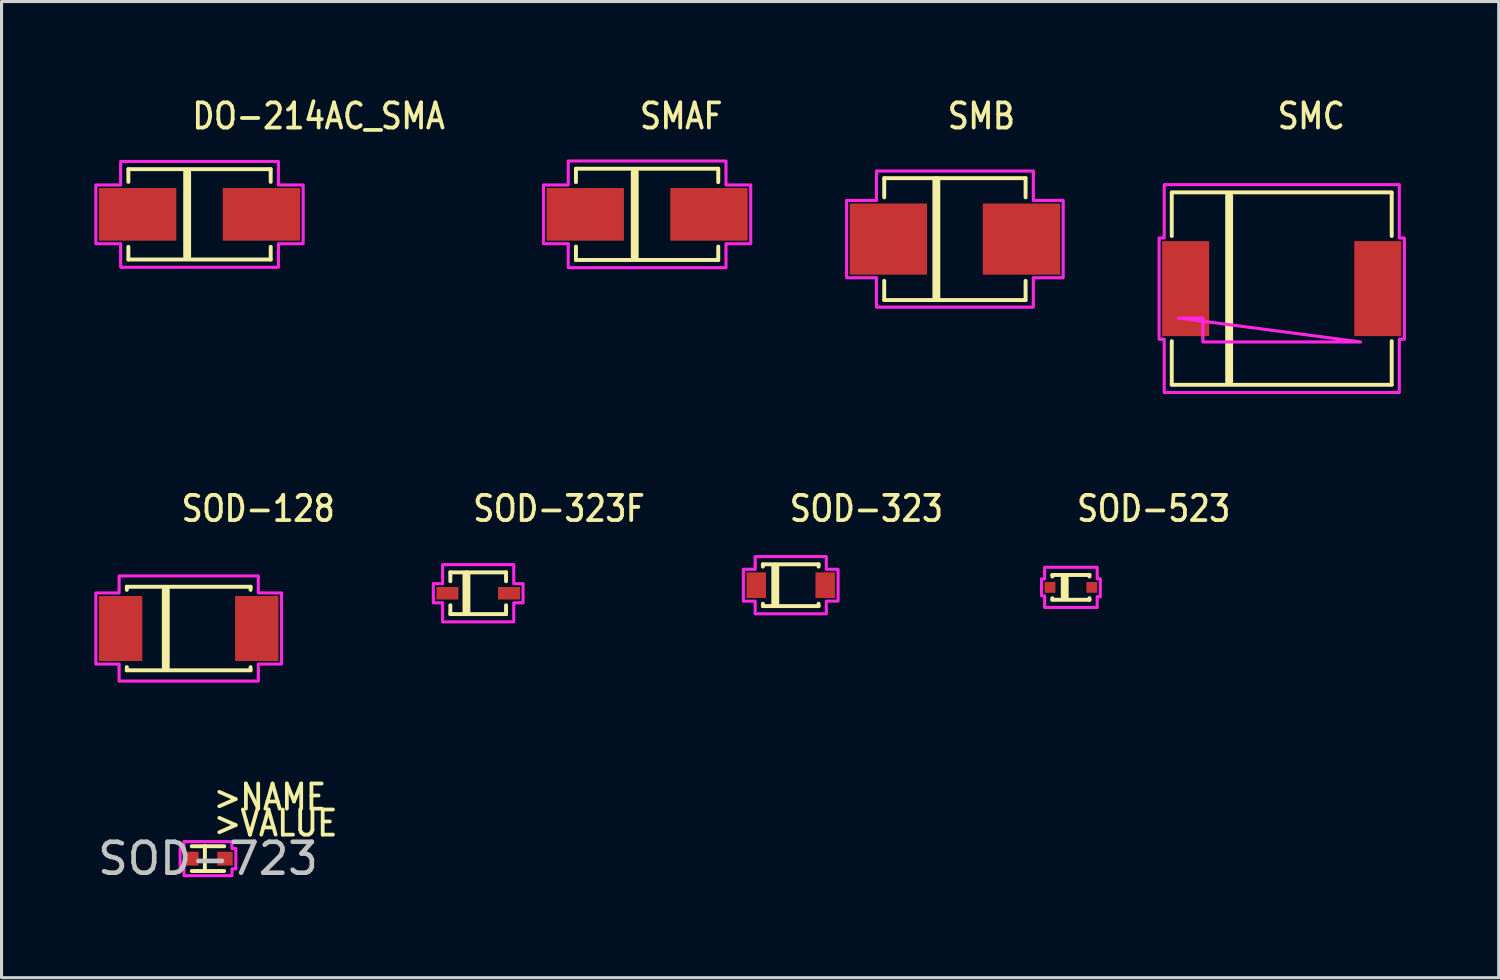
<source format=kicad_pcb>
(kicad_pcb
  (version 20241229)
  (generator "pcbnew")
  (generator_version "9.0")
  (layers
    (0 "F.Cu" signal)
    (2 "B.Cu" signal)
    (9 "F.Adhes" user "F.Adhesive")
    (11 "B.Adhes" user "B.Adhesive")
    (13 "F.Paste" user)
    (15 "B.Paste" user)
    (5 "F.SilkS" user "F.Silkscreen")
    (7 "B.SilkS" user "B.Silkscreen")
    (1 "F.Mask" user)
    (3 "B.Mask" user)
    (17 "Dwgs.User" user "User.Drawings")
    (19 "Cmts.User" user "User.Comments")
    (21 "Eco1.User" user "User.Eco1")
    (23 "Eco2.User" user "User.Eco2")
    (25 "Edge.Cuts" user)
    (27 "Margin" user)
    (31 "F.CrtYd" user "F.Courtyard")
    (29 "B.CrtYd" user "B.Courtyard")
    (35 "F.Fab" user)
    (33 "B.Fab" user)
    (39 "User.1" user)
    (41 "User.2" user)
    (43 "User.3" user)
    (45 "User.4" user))
  (footprint "SOD-523"
    (layer "F.Cu")
    (at 31.568 15.937)
    (property "Reference" "SOD-523" (at 0.13 -2.07 0) (unlocked yes) (layer "F.SilkS") (effects (font (size 0.813 0.695) (thickness 0.122)) (justify left bottom)))
    (fp_line (start -0.6 -0.4) (end -0.6 -0.35) (stroke (width 0.127) (type solid)) (layer "F.SilkS"))
    (fp_line (start -0.6 0.4) (end -0.6 0.35) (stroke (width 0.127) (type solid)) (layer "F.SilkS"))
    (fp_line (start -0.2 -0.3) (end -0.2 0.3) (stroke (width 0.254) (type solid)) (layer "F.SilkS"))
    (fp_line (start 0.6 -0.4) (end -0.6 -0.4) (stroke (width 0.127) (type solid)) (layer "F.SilkS"))
    (fp_line (start 0.6 -0.4) (end 0.6 -0.35) (stroke (width 0.127) (type solid)) (layer "F.SilkS"))
    (fp_line (start 0.6 0.4) (end -0.6 0.4) (stroke (width 0.127) (type solid)) (layer "F.SilkS"))
    (fp_line (start 0.6 0.4) (end 0.6 0.35) (stroke (width 0.127) (type solid)) (layer "F.SilkS"))
    (fp_poly (pts (xy -0.95 -0.275) (xy -0.95 0.275) (xy -0.85 0.275) (xy -0.85 0.65) (xy 0.85 0.65) (xy 0.85 0.3) (xy 0.95 0.3) (xy 0.95 -0.275) (xy 0.85 -0.275) (xy 0.85 -0.65) (xy -0.85 -0.65) (xy -0.85 -0.275)) (stroke (width 0.1) (type solid)) (fill no) (layer "F.CrtYd"))
    (pad "ANODE" smd rect (at 0.675 0 270) (size 0.35 0.35) (layers "F.Cu" "F.Mask" "F.Paste"))
    (pad "CATHODE" smd rect (at -0.675 0 270) (size 0.35 0.35) (layers "F.Cu" "F.Mask" "F.Paste")))
  (footprint "SOD-128"
    (layer "F.Cu")
    (at 3.05 17.267)
    (property "Reference" "SOD-128" (at -0.3 -3.4 0) (unlocked yes) (layer "F.SilkS") (effects (font (size 0.813 0.695) (thickness 0.122)) (justify left bottom)))
    (fp_line (start -2 -1.35) (end 2 -1.35) (stroke (width 0.127) (type solid)) (layer "F.SilkS"))
    (fp_line (start -2 -1.25) (end -2 -1.35) (stroke (width 0.127) (type solid)) (layer "F.SilkS"))
    (fp_line (start -2 1.25) (end -2 1.35) (stroke (width 0.127) (type solid)) (layer "F.SilkS"))
    (fp_line (start -2 1.35) (end 2 1.35) (stroke (width 0.127) (type solid)) (layer "F.SilkS"))
    (fp_line (start -0.741 -1.25) (end -0.741 1.25) (stroke (width 0.254) (type solid)) (layer "F.SilkS"))
    (fp_line (start 2 -1.25) (end 2 -1.35) (stroke (width 0.127) (type solid)) (layer "F.SilkS"))
    (fp_line (start 2 1.35) (end 2 1.25) (stroke (width 0.127) (type solid)) (layer "F.SilkS"))
    (fp_poly (pts (xy -3 -1.15) (xy -2.25 -1.15) (xy -2.25 -1.7) (xy 2.25 -1.7) (xy 2.25 -1.15) (xy 3 -1.15) (xy 3 1.15) (xy 2.25 1.15) (xy 2.25 1.7) (xy -2.25 1.7) (xy -2.25 1.15) (xy -3 1.15)) (stroke (width 0.1) (type solid)) (fill no) (layer "F.CrtYd"))
    (pad "ANODE" smd rect (at 2.2 0) (size 1.4 2.1) (layers "F.Cu" "F.Mask" "F.Paste"))
    (pad "CATHODE" smd rect (at -2.2 0) (size 1.4 2.1) (layers "F.Cu" "F.Mask" "F.Paste")))
  (footprint "SMB"
    (layer "F.Cu")
    (at 27.818 4.679)
    (property "Reference" "SMB" (at -0.3 -3.5 0) (unlocked yes) (layer "F.SilkS") (effects (font (size 0.813 0.695) (thickness 0.122)) (justify left bottom)))
    (fp_line (start -2.285 -1.97) (end -2.285 -1.35) (stroke (width 0.127) (type solid)) (layer "F.SilkS"))
    (fp_line (start -2.285 1.97) (end -2.285 1.35) (stroke (width 0.127) (type solid)) (layer "F.SilkS"))
    (fp_line (start -2.28 -1.97) (end 2.28 -1.97) (stroke (width 0.127) (type solid)) (layer "F.SilkS"))
    (fp_line (start -2.28 1.97) (end 2.28 1.97) (stroke (width 0.127) (type solid)) (layer "F.SilkS"))
    (fp_line (start -0.6 -1.9) (end -0.6 1.9) (stroke (width 0.254) (type solid)) (layer "F.SilkS"))
    (fp_line (start 2.285 -1.97) (end 2.285 -1.35) (stroke (width 0.127) (type solid)) (layer "F.SilkS"))
    (fp_line (start 2.285 1.97) (end 2.285 1.35) (stroke (width 0.127) (type solid)) (layer "F.SilkS"))
    (fp_poly (pts (xy -3.5 -1.25) (xy -2.535 -1.25) (xy -2.535 -2.2) (xy 2.535 -2.2) (xy 2.535 -1.25) (xy 3.5 -1.25) (xy 3.5 1.25) (xy 2.535 1.25) (xy 2.535 2.2) (xy -2.535 2.2) (xy -2.535 1.25) (xy -3.5 1.25)) (stroke (width 0.1) (type solid)) (fill no) (layer "F.CrtYd"))
    (pad "ANODE" smd rect (at 2.15 0) (size 2.5 2.3) (layers "F.Cu" "F.Mask" "F.Paste"))
    (pad "CATHODE" smd rect (at -2.15 0) (size 2.5 2.3) (layers "F.Cu" "F.Mask" "F.Paste")))
  (footprint "SOD-323F"
    (layer "F.Cu")
    (at 12.408 16.127)
    (property "Reference" "SOD-323F" (at -0.23 -2.26 0) (unlocked yes) (layer "F.SilkS") (effects (font (size 0.813 0.695) (thickness 0.122)) (justify left bottom)))
    (fp_line (start -0.9 -0.675) (end -0.9 -0.388) (stroke (width 0.127) (type solid)) (layer "F.SilkS"))
    (fp_line (start -0.9 -0.675) (end 0.9 -0.675) (stroke (width 0.127) (type solid)) (layer "F.SilkS"))
    (fp_line (start -0.9 0.675) (end -0.9 0.388) (stroke (width 0.127) (type solid)) (layer "F.SilkS"))
    (fp_line (start -0.9 0.675) (end 0.9 0.675) (stroke (width 0.127) (type solid)) (layer "F.SilkS"))
    (fp_line (start -0.38 -0.61) (end -0.38 0.61) (stroke (width 0.254) (type solid)) (layer "F.SilkS"))
    (fp_line (start 0.9 -0.675) (end 0.9 -0.388) (stroke (width 0.127) (type solid)) (layer "F.SilkS"))
    (fp_line (start 0.9 0.675) (end 0.9 0.388) (stroke (width 0.127) (type solid)) (layer "F.SilkS"))
    (fp_poly (pts (xy -1.45 -0.31) (xy -1.15 -0.31) (xy -1.15 -0.925) (xy 1.15 -0.925) (xy 1.15 -0.31) (xy 1.45 -0.31) (xy 1.45 0.31) (xy 1.15 0.31) (xy 1.15 0.925) (xy -1.15 0.925) (xy -1.15 0.31) (xy -1.45 0.31)) (stroke (width 0.1) (type solid)) (fill no) (layer "F.CrtYd"))
    (pad "ANODE" smd rect (at 0.995 0) (size 0.71 0.403) (layers "F.Cu" "F.Mask" "F.Paste"))
    (pad "CATHODE" smd rect (at -0.995 0) (size 0.71 0.403) (layers "F.Cu" "F.Mask" "F.Paste")))
  (footprint "SOD-323"
    (layer "F.Cu")
    (at 22.511 15.867)
    (property "Reference" "SOD-323" (at -0.1 -2 0) (unlocked yes) (layer "F.SilkS") (effects (font (size 0.813 0.695) (thickness 0.122)) (justify left bottom)))
    (fp_line (start -0.9 -0.675) (end -0.9 -0.6) (stroke (width 0.127) (type solid)) (layer "F.SilkS"))
    (fp_line (start -0.9 -0.675) (end 0.9 -0.675) (stroke (width 0.127) (type solid)) (layer "F.SilkS"))
    (fp_line (start -0.9 0.675) (end -0.9 0.6) (stroke (width 0.127) (type solid)) (layer "F.SilkS"))
    (fp_line (start -0.5 -0.6) (end -0.5 0.6) (stroke (width 0.254) (type solid)) (layer "F.SilkS"))
    (fp_line (start 0.9 -0.675) (end 0.9 -0.6) (stroke (width 0.127) (type solid)) (layer "F.SilkS"))
    (fp_line (start 0.9 0.675) (end -0.9 0.675) (stroke (width 0.127) (type solid)) (layer "F.SilkS"))
    (fp_line (start 0.9 0.675) (end 0.9 0.6) (stroke (width 0.127) (type solid)) (layer "F.SilkS"))
    (fp_poly (pts (xy -1.53 -0.515) (xy -1.15 -0.515) (xy -1.15 -0.925) (xy 1.15 -0.925) (xy 1.15 -0.515) (xy 1.53 -0.515) (xy 1.53 0.515) (xy 1.15 0.515) (xy 1.15 0.925) (xy -1.15 0.925) (xy -1.15 0.515) (xy -1.53 0.515)) (stroke (width 0.1) (type solid)) (fill no) (layer "F.CrtYd"))
    (pad "ANODE" smd rect (at 1.115 0) (size 0.63 0.83) (layers "F.Cu" "F.Mask" "F.Paste"))
    (pad "CATHODE" smd rect (at -1.115 0) (size 0.63 0.83) (layers "F.Cu" "F.Mask" "F.Paste")))
  (footprint "SMAF"
    (layer "F.Cu")
    (at 17.868 3.879)
    (property "Reference" "SMAF" (at -0.3 -2.7 0) (unlocked yes) (layer "F.SilkS") (effects (font (size 0.813 0.695) (thickness 0.122)) (justify left bottom)))
    (fp_line (start -2.3 -1.475) (end -2.3 -1.04) (stroke (width 0.127) (type solid)) (layer "F.SilkS"))
    (fp_line (start -2.3 -1.475) (end 2.3 -1.475) (stroke (width 0.127) (type solid)) (layer "F.SilkS"))
    (fp_line (start -2.3 1.475) (end -2.3 1.04) (stroke (width 0.127) (type solid)) (layer "F.SilkS"))
    (fp_line (start -2.3 1.475) (end 2.3 1.475) (stroke (width 0.127) (type solid)) (layer "F.SilkS"))
    (fp_line (start -0.4 -1.36) (end -0.4 1.36) (stroke (width 0.254) (type solid)) (layer "F.SilkS"))
    (fp_line (start 2.3 -1.475) (end 2.3 -1.04) (stroke (width 0.127) (type solid)) (layer "F.SilkS"))
    (fp_line (start 2.3 1.475) (end 2.3 1.04) (stroke (width 0.127) (type solid)) (layer "F.SilkS"))
    (fp_poly (pts (xy -3.35 -0.95) (xy -2.55 -0.95) (xy -2.55 -1.725) (xy 2.55 -1.725) (xy 2.55 -0.95) (xy 3.35 -0.95) (xy 3.35 0.95) (xy 2.55 0.95) (xy 2.55 1.725) (xy -2.55 1.725) (xy -2.55 0.95) (xy -3.35 0.95)) (stroke (width 0.1) (type solid)) (fill no) (layer "F.CrtYd"))
    (pad "ANODE" smd rect (at 2 0) (size 2.5 1.7) (layers "F.Cu" "F.Mask" "F.Paste"))
    (pad "CATHODE" smd rect (at -2 0) (size 2.5 1.7) (layers "F.Cu" "F.Mask" "F.Paste")))
  (footprint "SOD-723"
    (layer "F.Cu")
    (at 3.673 24.706)
    (property "Reference" "SOD-723" (at 0 0 0) (layer "Dwgs.User") (effects (font (size 1 1) (thickness 0.15))))
    (fp_line (start -0.525 -0.4) (end -0.1 -0.4) (stroke (width 0.127) (type solid)) (layer "F.SilkS"))
    (fp_line (start -0.525 0.4) (end -0.1 0.4) (stroke (width 0.127) (type solid)) (layer "F.SilkS"))
    (fp_line (start -0.1 -0.4) (end -0.1 0.4) (stroke (width 0.127) (type solid)) (layer "F.SilkS"))
    (fp_line (start -0.1 -0.4) (end 0.525 -0.4) (stroke (width 0.127) (type solid)) (layer "F.SilkS"))
    (fp_line (start -0.1 0.4) (end 0.525 0.4) (stroke (width 0.127) (type solid)) (layer "F.SilkS"))
    (fp_poly (pts (xy -0.9 0.33) (xy -0.9 -0.33) (xy -0.775 -0.33) (xy -0.775 -0.55) (xy 0.775 -0.55) (xy 0.775 -0.33) (xy 0.9 -0.33) (xy 0.9 0.33) (xy 0.775 0.33) (xy 0.775 0.55) (xy -0.775 0.55) (xy -0.775 0.33)) (stroke (width 0.1) (type solid)) (fill no) (layer "F.CrtYd"))
    (fp_text user ">VALUE" (at 0.12 -0.67 0) (unlocked yes) (layer "F.SilkS") (effects (font (size 0.813 0.695) (thickness 0.122)) (justify left bottom)))
    (fp_text user ">NAME" (at 0.12 -1.51 0) (unlocked yes) (layer "F.SilkS") (effects (font (size 0.813 0.695) (thickness 0.122)) (justify left bottom)))
    (pad "ANODE" smd rect (at 0.55 0) (size 0.5 0.45) (layers "F.Cu" "F.Mask" "F.Paste"))
    (pad "CATHODE" smd rect (at -0.55 0) (size 0.5 0.45) (layers "F.Cu" "F.Mask" "F.Paste")))
  (footprint "SMC"
    (layer "F.Cu")
    (at 38.383 6.279)
    (property "Reference" "SMC" (at -0.2 -5.1 0) (unlocked yes) (layer "F.SilkS") (effects (font (size 0.813 0.695) (thickness 0.122)) (justify left bottom)))
    (fp_line (start -3.555 -3.11) (end 3.555 -3.11) (stroke (width 0.127) (type solid)) (layer "F.SilkS"))
    (fp_line (start -3.555 -3.1) (end -3.555 -1.7) (stroke (width 0.127) (type solid)) (layer "F.SilkS"))
    (fp_line (start -3.555 3.1) (end -3.555 1.7) (stroke (width 0.127) (type solid)) (layer "F.SilkS"))
    (fp_line (start -3.555 3.11) (end 3.555 3.11) (stroke (width 0.127) (type solid)) (layer "F.SilkS"))
    (fp_line (start -1.7 -3) (end -1.7 3) (stroke (width 0.254) (type solid)) (layer "F.SilkS"))
    (fp_line (start 3.555 -3.1) (end 3.555 -1.7) (stroke (width 0.127) (type solid)) (layer "F.SilkS"))
    (fp_line (start 3.555 3.1) (end 3.555 1.7) (stroke (width 0.127) (type solid)) (layer "F.SilkS"))
    (fp_poly (pts (xy 2.55 1.725) (xy -2.55 1.725) (xy -2.55 0.95) (xy -3.35 0.95)) (stroke (width 0.1) (type solid)) (fill no) (layer "F.CrtYd"))
    (fp_poly (pts (xy -3.965 -1.635) (xy -3.8 -1.635) (xy -3.8 -3.36) (xy 3.8 -3.36) (xy 3.8 -1.635) (xy 3.965 -1.635) (xy 3.965 1.635) (xy 3.8 1.635) (xy 3.8 3.36) (xy -3.8 3.36) (xy -3.8 1.635) (xy -3.965 1.635)) (stroke (width 0.1) (type solid)) (fill no) (layer "F.CrtYd"))
    (pad "ANODE" smd rect (at 3.105 0) (size 1.52 3.07) (layers "F.Cu" "F.Mask" "F.Paste"))
    (pad "CATHODE" smd rect (at -3.105 0) (size 1.52 3.07) (layers "F.Cu" "F.Mask" "F.Paste")))
  (footprint "DO-214AC_SMA"
    (layer "F.Cu")
    (at 3.4 3.879)
    (property "Reference" "DO-214AC_SMA" (at -0.3 -2.7 0) (unlocked yes) (layer "F.SilkS") (effects (font (size 0.813 0.695) (thickness 0.122)) (justify left bottom)))
    (fp_line (start -2.3 -1.46) (end -2.3 -1.05) (stroke (width 0.127) (type solid)) (layer "F.SilkS"))
    (fp_line (start -2.3 -1.46) (end 2.3 -1.46) (stroke (width 0.127) (type solid)) (layer "F.SilkS"))
    (fp_line (start -2.3 1.05) (end -2.3 1.46) (stroke (width 0.127) (type solid)) (layer "F.SilkS"))
    (fp_line (start -2.3 1.46) (end 2.3 1.46) (stroke (width 0.127) (type solid)) (layer "F.SilkS"))
    (fp_line (start -0.4 -1.36) (end -0.4 1.36) (stroke (width 0.254) (type solid)) (layer "F.SilkS"))
    (fp_line (start 2.3 -1.46) (end 2.3 -1.05) (stroke (width 0.127) (type solid)) (layer "F.SilkS"))
    (fp_line (start 2.3 1.46) (end 2.3 1.05) (stroke (width 0.127) (type solid)) (layer "F.SilkS"))
    (fp_poly (pts (xy -3.35 -0.95) (xy -2.55 -0.95) (xy -2.55 -1.71) (xy 2.55 -1.71) (xy 2.55 -0.95) (xy 3.35 -0.95) (xy 3.35 0.95) (xy 2.55 0.95) (xy 2.55 1.71) (xy -2.55 1.71) (xy -2.55 0.95) (xy -3.35 0.95)) (stroke (width 0.1) (type solid)) (fill no) (layer "F.CrtYd"))
    (pad "ANODE" smd rect (at 2 0) (size 2.5 1.7) (layers "F.Cu" "F.Mask" "F.Paste"))
    (pad "CATHODE" smd rect (at -2 0) (size 2.5 1.7) (layers "F.Cu" "F.Mask" "F.Paste")))
  (gr_rect
    (start -3 -3)
    (end 45.398 28.554)
    (stroke (width 0.1) (type default))
    (fill no)
    (layer "Edge.Cuts")))
</source>
